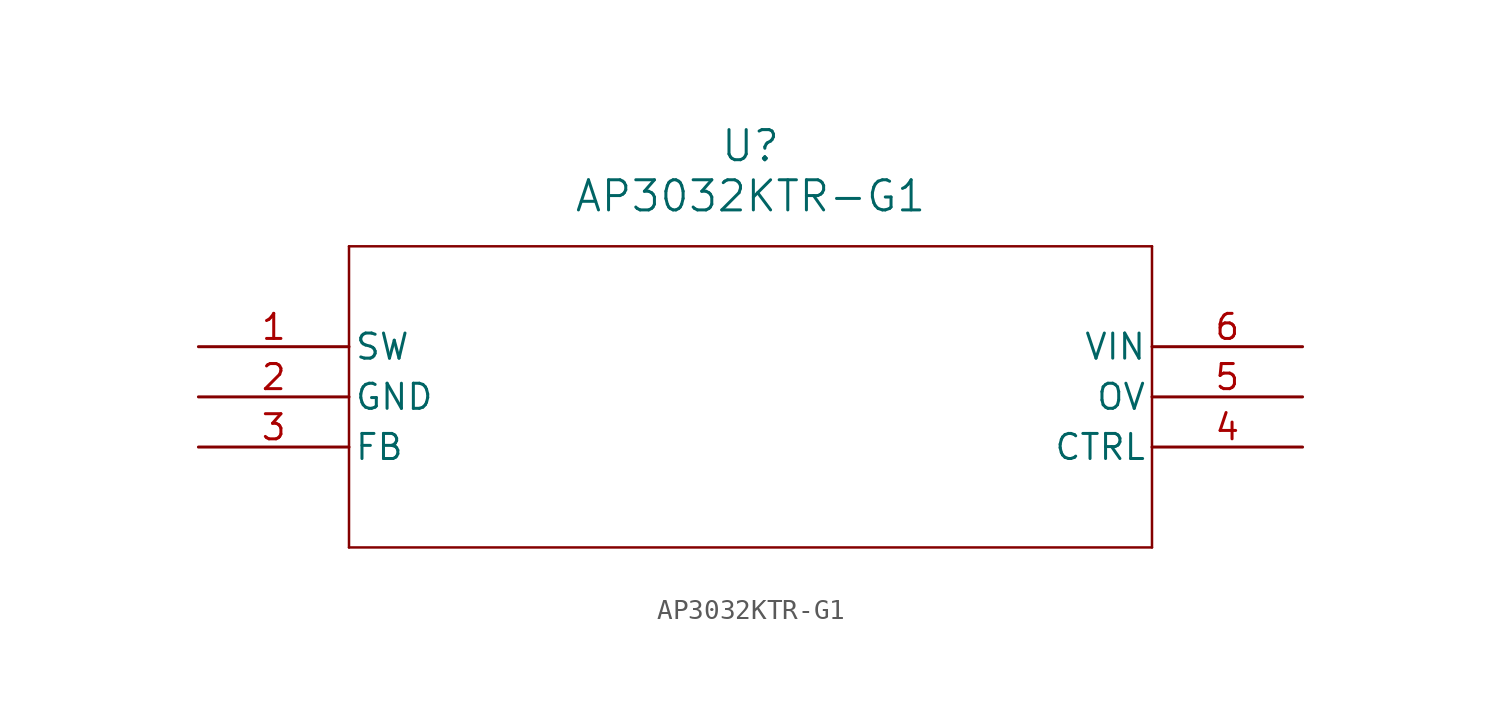
<source format=kicad_sym>
(kicad_symbol_lib
  (version 20211014)
  (generator kicad_symbol_editor)
  (symbol "AP3032KTR-G1"
    (pin_names
      (offset 0.254))
    (property "Reference" "U"
      (at 27.94 10.16 0)
      (effects (font (size 1.524 1.524))))
    (property "Value" "AP3032KTR-G1"
      (at 27.94 7.62 0)
      (effects (font (size 1.524 1.524))))
    (symbol "AP3032KTR-G1_0_1"
      (polyline (pts (xy 7.62 5.08) (xy 7.62 -10.16)) (stroke (width 0.127) (type default) (color 0 0 0 0)) (fill (type none)))
      (polyline (pts (xy 7.62 -10.16) (xy 48.26 -10.16)) (stroke (width 0.127) (type default) (color 0 0 0 0)) (fill (type none)))
      (polyline (pts (xy 48.26 -10.16) (xy 48.26 5.08)) (stroke (width 0.127) (type default) (color 0 0 0 0)) (fill (type none)))
      (polyline (pts (xy 48.26 5.08) (xy 7.62 5.08)) (stroke (width 0.127) (type default) (color 0 0 0 0)) (fill (type none)))
      (pin output line (at 0 0 0) (length 7.62) (name "SW" (effects (font (size 1.27 1.27)))) (number "1" (effects (font (size 1.27 1.27)))))
      (pin power_in line (at 0 -2.54 0) (length 7.62) (name "GND" (effects (font (size 1.27 1.27)))) (number "2" (effects (font (size 1.27 1.27)))))
      (pin output line (at 0 -5.08 0) (length 7.62) (name "FB" (effects (font (size 1.27 1.27)))) (number "3" (effects (font (size 1.27 1.27)))))
      (pin unspecified line (at 55.88 -5.08 180) (length 7.62) (name "CTRL" (effects (font (size 1.27 1.27)))) (number "4" (effects (font (size 1.27 1.27)))))
      (pin unspecified line (at 55.88 -2.54 180) (length 7.62) (name "OV" (effects (font (size 1.27 1.27)))) (number "5" (effects (font (size 1.27 1.27)))))
      (pin input line (at 55.88 0 180) (length 7.62) (name "VIN" (effects (font (size 1.27 1.27)))) (number "6" (effects (font (size 1.27 1.27))))))))
</source>
